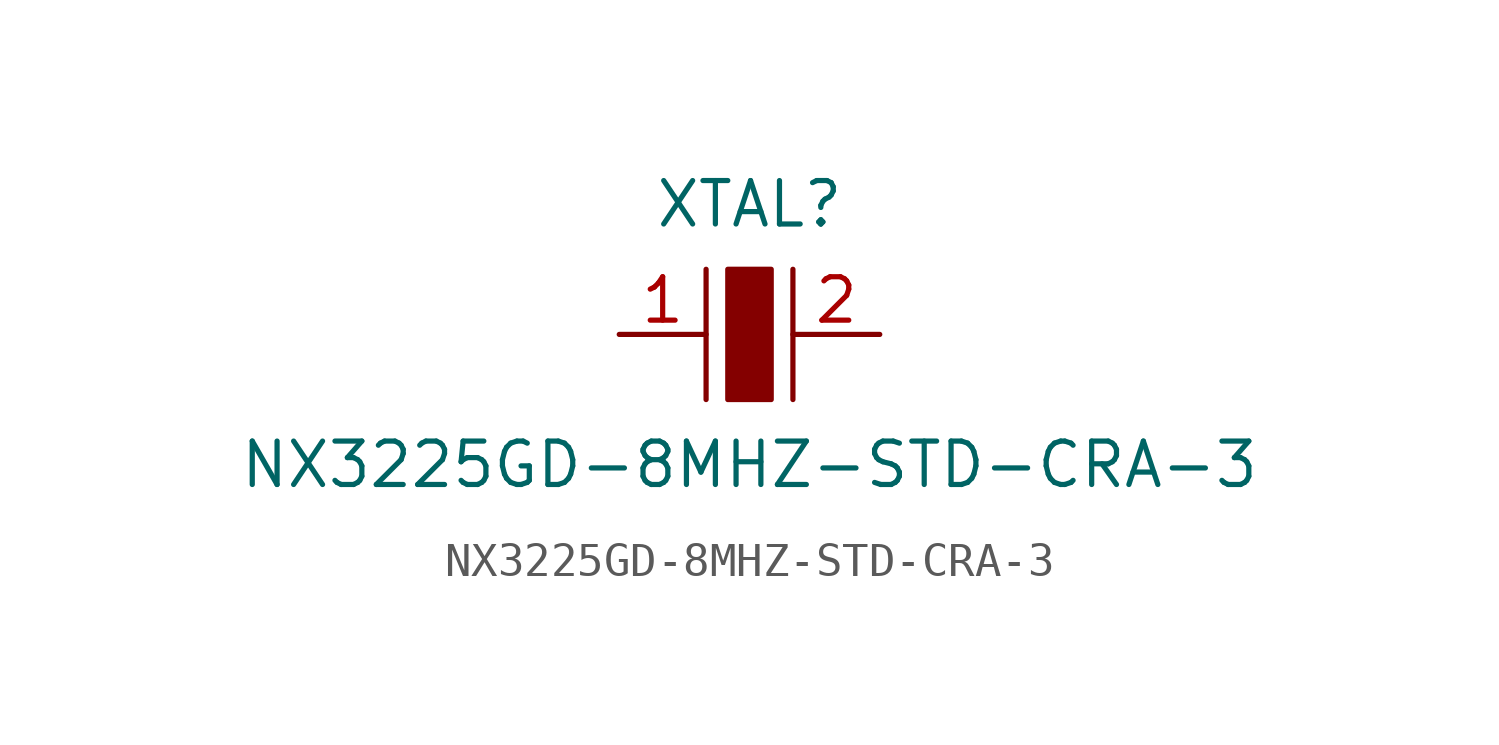
<source format=kicad_sym>
(kicad_symbol_lib
  (version 20201005)
  (generator kicad_symbol_editor)
  (symbol "NX3225GD-8MHZ-STD-CRA-3"
    (pin_names
      (offset 1.016))
    (property "Reference" "XTAL"
      (at 0 3.81 0)
      (effects (font (size 1.27 1.27))))
    (property "Value" "NX3225GD-8MHZ-STD-CRA-3"
      (at 0 -3.81 0)
      (effects (font (size 1.27 1.27))))
    (symbol "NX3225GD-8MHZ-STD-CRA-3_1_1"
      (rectangle (start -0.635 1.905) (end 0.635 -1.905) (stroke (width 0)) (fill (type outline)))
      (polyline (pts (xy -1.27 1.905) (xy -1.27 -1.905)) (stroke (width 0)) (fill (type none)))
      (polyline (pts (xy 1.27 1.905) (xy 1.27 -1.905)) (stroke (width 0)) (fill (type none)))
      (pin bidirectional line (at -3.81 0 0) (length 2.54) (name "~" (effects (font (size 1.27 1.27)))) (number "1" (effects (font (size 1.27 1.27)))))
      (pin bidirectional line (at 3.81 0 180) (length 2.54) (name "~" (effects (font (size 1.27 1.27)))) (number "2" (effects (font (size 1.27 1.27))))))))
</source>
